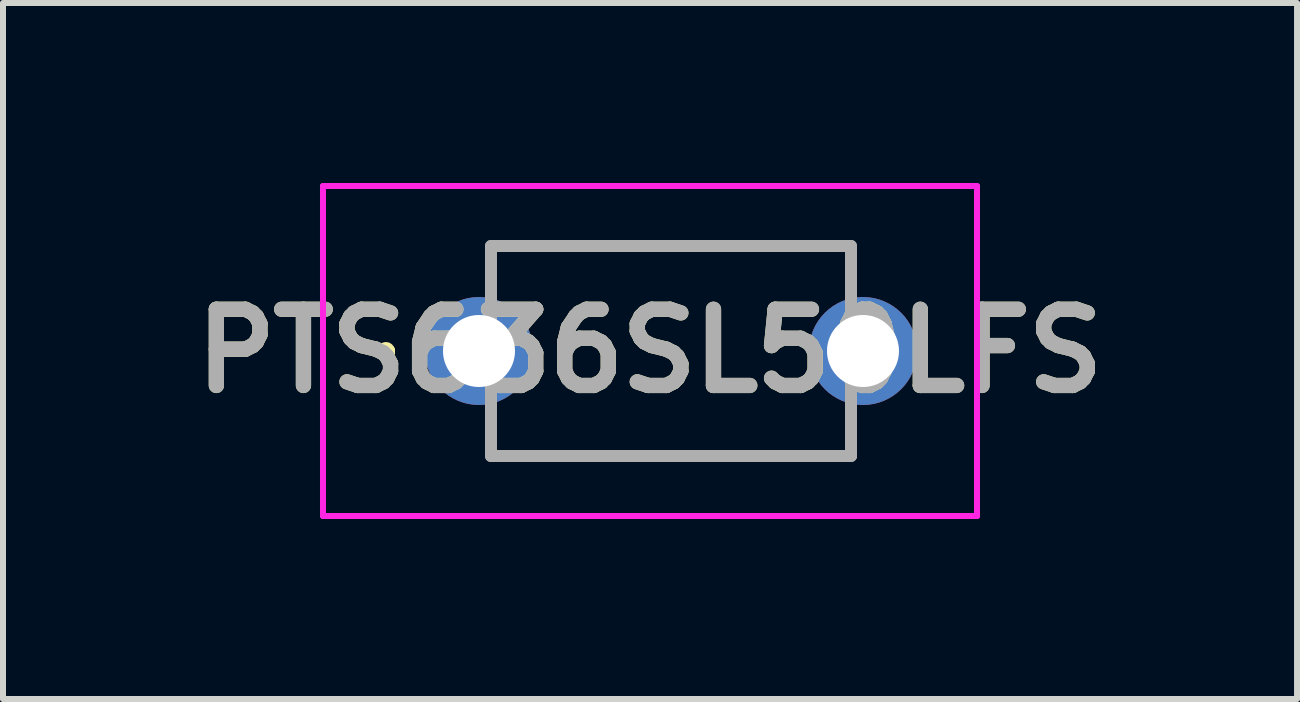
<source format=kicad_pcb>
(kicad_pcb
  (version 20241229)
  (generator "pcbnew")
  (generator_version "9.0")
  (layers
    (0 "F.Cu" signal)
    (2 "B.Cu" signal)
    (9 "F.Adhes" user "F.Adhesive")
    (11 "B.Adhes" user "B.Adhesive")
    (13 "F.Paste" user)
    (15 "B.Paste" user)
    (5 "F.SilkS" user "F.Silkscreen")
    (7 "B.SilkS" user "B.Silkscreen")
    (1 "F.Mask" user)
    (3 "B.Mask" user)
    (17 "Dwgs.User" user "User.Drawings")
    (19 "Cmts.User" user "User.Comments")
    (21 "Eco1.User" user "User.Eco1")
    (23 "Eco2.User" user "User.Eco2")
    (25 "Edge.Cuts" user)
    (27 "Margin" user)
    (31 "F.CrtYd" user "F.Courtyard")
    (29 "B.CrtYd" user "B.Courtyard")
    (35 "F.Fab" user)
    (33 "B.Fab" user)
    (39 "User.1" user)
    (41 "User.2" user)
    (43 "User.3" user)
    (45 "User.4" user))
  (footprint "PTS636SL50LFS"
    (layer "F.Cu")
    (at 4.933 2.8)
    (property "Reference" "PTS636SL50LFS" (at 2.85 0 0) (layer "F.SilkS") (effects (font (size 1.27 1.27) (thickness 0.254))))
    (attr through_hole)
    (fp_line (start -1.6 0) (end -1.6 0) (stroke (width 0.2) (type solid)) (layer "F.SilkS"))
    (fp_line (start -1.6 0) (end -1.6 0) (stroke (width 0.2) (type solid)) (layer "F.SilkS"))
    (fp_line (start -1.5 0) (end -1.5 0) (stroke (width 0.2) (type solid)) (layer "F.SilkS"))
    (fp_line (start 0.2 -1.75) (end 0.2 -1.75) (stroke (width 0.1) (type solid)) (layer "F.SilkS"))
    (fp_line (start 0.2 -1.75) (end 6.2 -1.75) (stroke (width 0.1) (type solid)) (layer "F.SilkS"))
    (fp_line (start 0.2 1.75) (end 0.2 1.75) (stroke (width 0.1) (type solid)) (layer "F.SilkS"))
    (fp_line (start 0.2 1.75) (end 6.25 1.75) (stroke (width 0.1) (type solid)) (layer "F.SilkS"))
    (fp_line (start 6.2 -1.75) (end 0.2 -1.75) (stroke (width 0.1) (type solid)) (layer "F.SilkS"))
    (fp_line (start 6.2 -1.75) (end 6.2 -1.75) (stroke (width 0.1) (type solid)) (layer "F.SilkS"))
    (fp_line (start 6.25 1.75) (end 0.2 1.75) (stroke (width 0.1) (type solid)) (layer "F.SilkS"))
    (fp_line (start 6.25 1.75) (end 6.25 1.75) (stroke (width 0.1) (type solid)) (layer "F.SilkS"))
    (fp_arc (start -1.6 0) (mid -1.55 -0.05) (end -1.5 0) (stroke (width 0.2) (type solid)) (layer "F.SilkS"))
    (fp_arc (start -1.5 0) (mid -1.55 0.05) (end -1.6 0) (stroke (width 0.2) (type solid)) (layer "F.SilkS"))
    (fp_arc (start -1.5 0) (mid -1.55 0.05) (end -1.6 0) (stroke (width 0.2) (type solid)) (layer "F.SilkS"))
    (fp_line (start -2.6 -2.75) (end 8.3 -2.75) (stroke (width 0.1) (type solid)) (layer "F.CrtYd"))
    (fp_line (start -2.6 2.75) (end -2.6 -2.75) (stroke (width 0.1) (type solid)) (layer "F.CrtYd"))
    (fp_line (start 8.3 -2.75) (end 8.3 2.75) (stroke (width 0.1) (type solid)) (layer "F.CrtYd"))
    (fp_line (start 8.3 2.75) (end -2.6 2.75) (stroke (width 0.1) (type solid)) (layer "F.CrtYd"))
    (fp_line (start 0.2 -1.75) (end 0.2 1.75) (stroke (width 0.2) (type solid)) (layer "F.Fab"))
    (fp_line (start 0.2 1.75) (end 6.2 1.75) (stroke (width 0.2) (type solid)) (layer "F.Fab"))
    (fp_line (start 6.2 -1.75) (end 0.2 -1.75) (stroke (width 0.2) (type solid)) (layer "F.Fab"))
    (fp_line (start 6.2 1.75) (end 6.2 -1.75) (stroke (width 0.2) (type solid)) (layer "F.Fab"))
    (fp_text user "${REFERENCE}" (at 2.85 0 0) (layer "F.Fab") (effects (font (size 1.27 1.27) (thickness 0.254))))
    (pad "1" thru_hole circle (at 0 0) (size 1.8 1.8) (drill 1.2) (layers "*.Cu" "*.Mask"))
    (pad "2" thru_hole circle (at 6.4 0) (size 1.8 1.8) (drill 1.2) (layers "*.Cu" "*.Mask")))
  (gr_rect
    (start -3 -3)
    (end 18.567 8.6)
    (stroke (width 0.1) (type default))
    (fill no)
    (layer "Edge.Cuts")))
</source>
